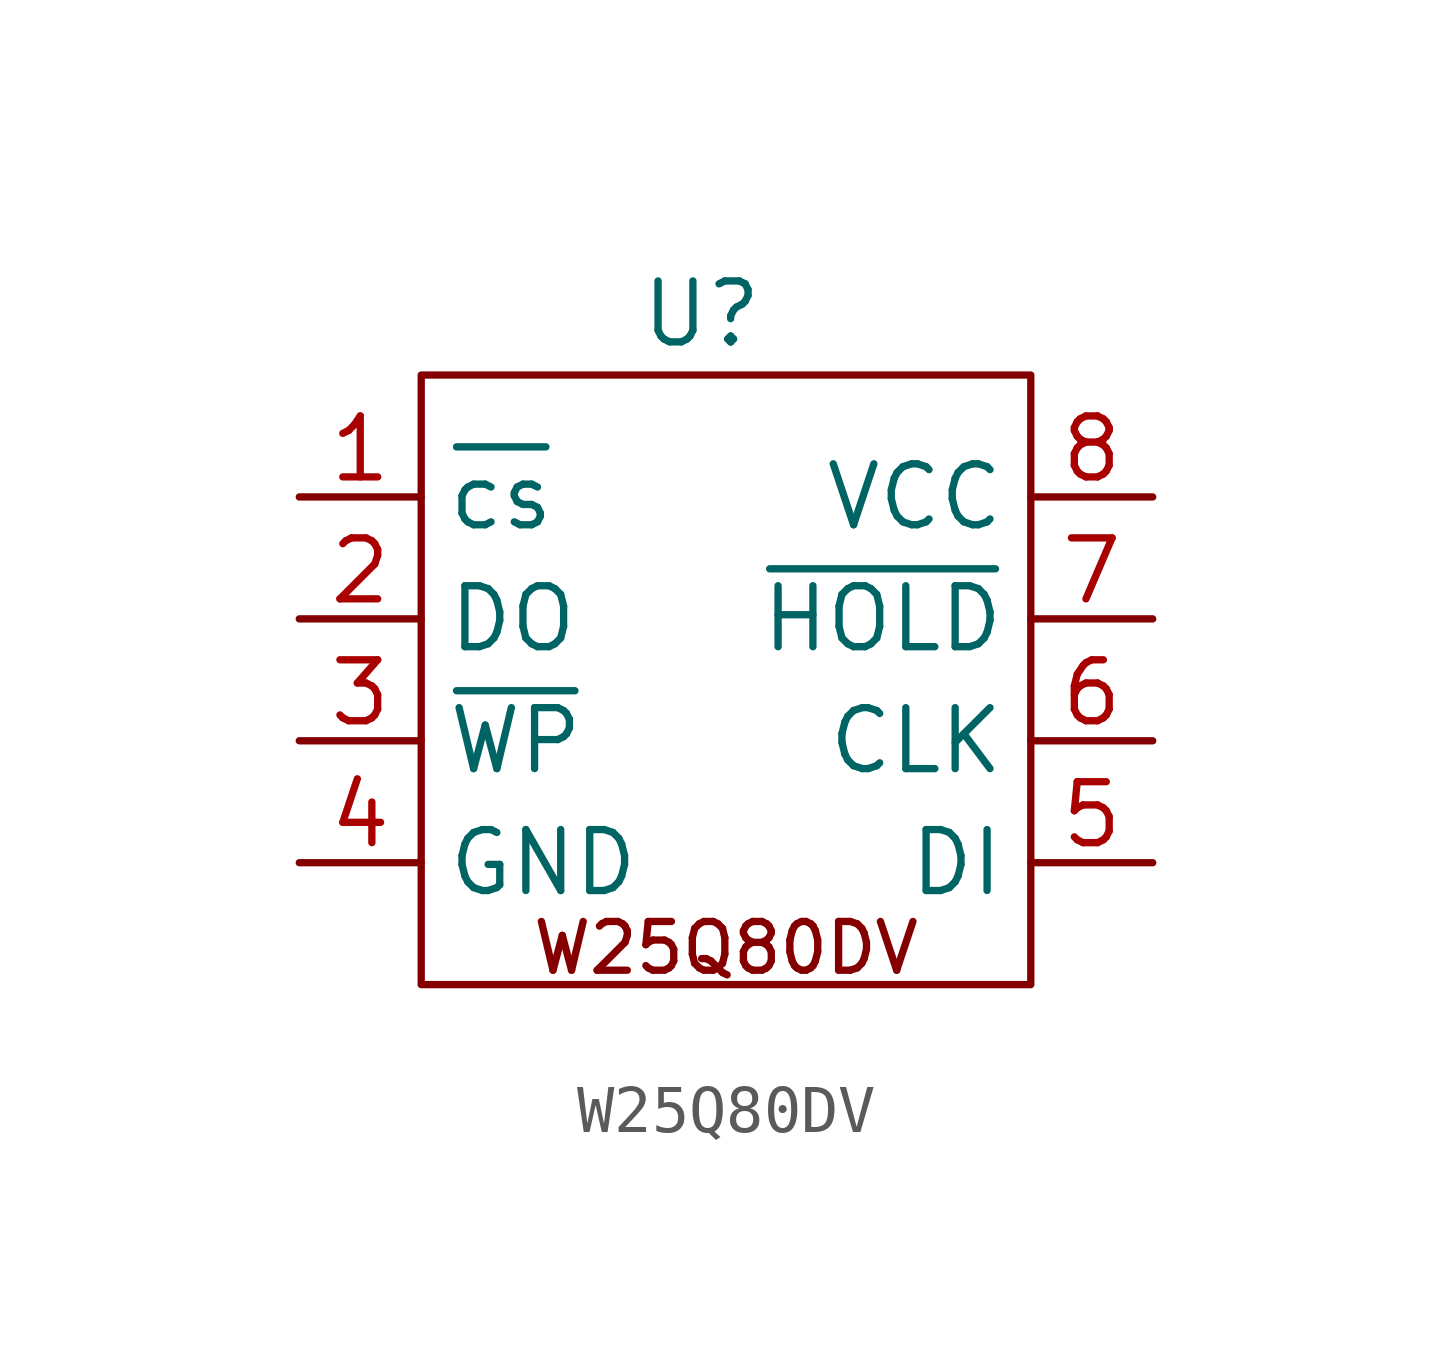
<source format=kicad_sym>
(kicad_symbol_lib
  (version 20241209)
  (generator "kicad_symbol_editor")
  (generator_version "9.0")
  (symbol "W25Q80DV"
    (property "Reference" "U"
      (at -0.508 7.62 0)
      (effects (font (size 1.27 1.27))))
    (property "Value" ""
      (at 0 -6.35 0)
      (effects (font (size 1.27 1.27))))
    (symbol "W25Q80DV_0_1"
      (rectangle (start -6.35 6.35) (end 6.35 -6.35) (stroke (width 0) (type default)) (fill (type none))))
    (symbol "W25Q80DV_1_1"
      (text "W25Q80DV" (at 0 -5.588 0) (effects (font (size 1.016 1.016))))
      (pin input line (at -8.89 3.81 0) (length 2.54) (name "~{cs}" (effects (font (size 1.27 1.27)))) (number "1" (effects (font (size 1.27 1.27)))))
      (pin output line (at -8.89 1.27 0) (length 2.54) (name "DO" (effects (font (size 1.27 1.27)))) (number "2" (effects (font (size 1.27 1.27)))))
      (pin input line (at -8.89 -1.27 0) (length 2.54) (name "~{WP}" (effects (font (size 1.27 1.27)))) (number "3" (effects (font (size 1.27 1.27)))))
      (pin passive line (at -8.89 -3.81 0) (length 2.54) (name "GND" (effects (font (size 1.27 1.27)))) (number "4" (effects (font (size 1.27 1.27)))))
      (pin power_in line (at 8.89 3.81 180) (length 2.54) (name "VCC" (effects (font (size 1.27 1.27)))) (number "8" (effects (font (size 1.27 1.27)))))
      (pin bidirectional line (at 8.89 1.27 180) (length 2.54) (name "~{HOLD}" (effects (font (size 1.27 1.27)))) (number "7" (effects (font (size 1.27 1.27)))))
      (pin input line (at 8.89 -1.27 180) (length 2.54) (name "CLK" (effects (font (size 1.27 1.27)))) (number "6" (effects (font (size 1.27 1.27)))))
      (pin input line (at 8.89 -3.81 180) (length 2.54) (name "DI" (effects (font (size 1.27 1.27)))) (number "5" (effects (font (size 1.27 1.27))))))))
</source>
